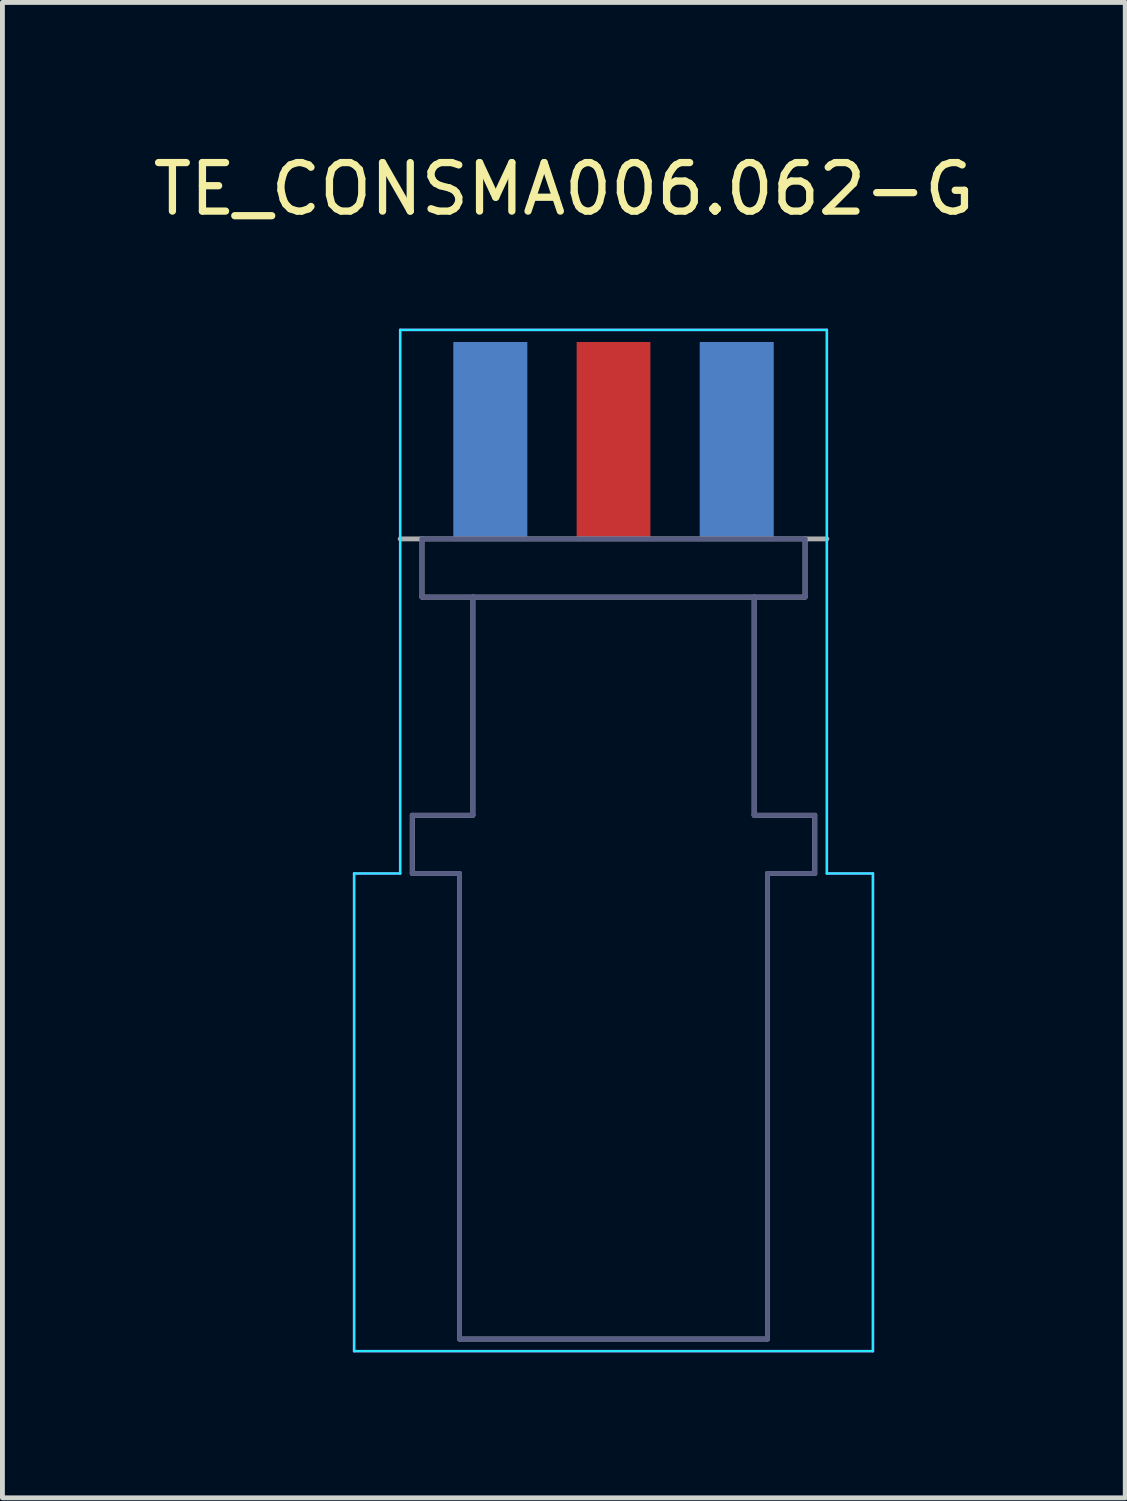
<source format=kicad_pcb>
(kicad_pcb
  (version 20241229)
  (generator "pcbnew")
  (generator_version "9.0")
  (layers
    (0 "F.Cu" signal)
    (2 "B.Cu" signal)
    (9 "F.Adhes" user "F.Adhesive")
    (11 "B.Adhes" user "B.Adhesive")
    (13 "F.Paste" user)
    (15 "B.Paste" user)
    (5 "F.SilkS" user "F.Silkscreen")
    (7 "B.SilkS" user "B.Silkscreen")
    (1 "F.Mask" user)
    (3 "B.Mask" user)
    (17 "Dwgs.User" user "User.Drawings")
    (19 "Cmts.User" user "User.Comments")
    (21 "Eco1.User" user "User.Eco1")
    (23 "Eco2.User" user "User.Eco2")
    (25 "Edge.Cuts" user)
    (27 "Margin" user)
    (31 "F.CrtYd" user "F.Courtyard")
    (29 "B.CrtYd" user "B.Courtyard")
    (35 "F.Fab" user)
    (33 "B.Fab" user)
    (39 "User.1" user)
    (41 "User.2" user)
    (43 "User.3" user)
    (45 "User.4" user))
  (footprint "TE_CONSMA006.062-G"
    (layer "F.Cu")
    (at 9.602 8.063)
    (property "Reference" "TE_CONSMA006.062-G" (at -1.025 -7.215 0) (layer "F.SilkS") (effects (font (size 1 1) (thickness 0.15))))
    (attr smd)
    (fp_line (start -5.35 6.9) (end -5.35 16.75) (stroke (width 0.05) (type solid)) (layer "B.CrtYd"))
    (fp_line (start -5.35 16.75) (end 5.35 16.75) (stroke (width 0.05) (type solid)) (layer "B.CrtYd"))
    (fp_line (start -4.4 -4.31) (end -4.4 6.9) (stroke (width 0.05) (type solid)) (layer "B.CrtYd"))
    (fp_line (start -4.4 6.9) (end -5.35 6.9) (stroke (width 0.05) (type solid)) (layer "B.CrtYd"))
    (fp_line (start 4.4 -4.31) (end -4.4 -4.31) (stroke (width 0.05) (type solid)) (layer "B.CrtYd"))
    (fp_line (start 4.4 6.9) (end 4.4 -4.31) (stroke (width 0.05) (type solid)) (layer "B.CrtYd"))
    (fp_line (start 4.4 6.9) (end 5.35 6.9) (stroke (width 0.05) (type solid)) (layer "B.CrtYd"))
    (fp_line (start 5.35 16.75) (end 5.35 6.9) (stroke (width 0.05) (type solid)) (layer "B.CrtYd"))
    (fp_line (start -5.35 6.9) (end -5.35 16.75) (stroke (width 0.05) (type solid)) (layer "F.CrtYd"))
    (fp_line (start -5.35 16.75) (end 5.35 16.75) (stroke (width 0.05) (type solid)) (layer "F.CrtYd"))
    (fp_line (start -4.4 -4.31) (end -4.4 6.9) (stroke (width 0.05) (type solid)) (layer "F.CrtYd"))
    (fp_line (start -4.4 6.9) (end -5.35 6.9) (stroke (width 0.05) (type solid)) (layer "F.CrtYd"))
    (fp_line (start 4.4 -4.31) (end -4.4 -4.31) (stroke (width 0.05) (type solid)) (layer "F.CrtYd"))
    (fp_line (start 4.4 6.9) (end 4.4 -4.31) (stroke (width 0.05) (type solid)) (layer "F.CrtYd"))
    (fp_line (start 4.4 6.9) (end 5.35 6.9) (stroke (width 0.05) (type solid)) (layer "F.CrtYd"))
    (fp_line (start 5.35 16.75) (end 5.35 6.9) (stroke (width 0.05) (type solid)) (layer "F.CrtYd"))
    (fp_line (start -4.15 5.7) (end -2.9 5.7) (stroke (width 0.1) (type solid)) (layer "B.Fab"))
    (fp_line (start -4.15 6.9) (end -4.15 5.7) (stroke (width 0.1) (type solid)) (layer "B.Fab"))
    (fp_line (start -3.95 0) (end 3.95 0) (stroke (width 0.1) (type solid)) (layer "B.Fab"))
    (fp_line (start -3.95 1.2) (end -3.95 0) (stroke (width 0.1) (type solid)) (layer "B.Fab"))
    (fp_line (start -3.175 6.9) (end -4.15 6.9) (stroke (width 0.1) (type solid)) (layer "B.Fab"))
    (fp_line (start -3.175 16.5) (end -3.175 6.9) (stroke (width 0.1) (type solid)) (layer "B.Fab"))
    (fp_line (start -3.175 16.5) (end 3.175 16.5) (stroke (width 0.1) (type solid)) (layer "B.Fab"))
    (fp_line (start -2.9 1.2) (end -3.95 1.2) (stroke (width 0.1) (type solid)) (layer "B.Fab"))
    (fp_line (start -2.9 1.2) (end 2.9 1.2) (stroke (width 0.1) (type solid)) (layer "B.Fab"))
    (fp_line (start -2.9 5.7) (end -2.9 1.2) (stroke (width 0.1) (type solid)) (layer "B.Fab"))
    (fp_line (start 2.9 1.2) (end 2.9 5.7) (stroke (width 0.1) (type solid)) (layer "B.Fab"))
    (fp_line (start 2.9 5.7) (end 4.15 5.7) (stroke (width 0.1) (type solid)) (layer "B.Fab"))
    (fp_line (start 3.175 6.9) (end 3.175 16.5) (stroke (width 0.1) (type solid)) (layer "B.Fab"))
    (fp_line (start 3.95 0) (end 3.95 1.2) (stroke (width 0.1) (type solid)) (layer "B.Fab"))
    (fp_line (start 3.95 1.2) (end 2.9 1.2) (stroke (width 0.1) (type solid)) (layer "B.Fab"))
    (fp_line (start 4.15 5.7) (end 4.15 6.9) (stroke (width 0.1) (type solid)) (layer "B.Fab"))
    (fp_line (start 4.15 6.9) (end 3.175 6.9) (stroke (width 0.1) (type solid)) (layer "B.Fab"))
    (fp_line (start -4.15 5.7) (end -2.9 5.7) (stroke (width 0.1) (type solid)) (layer "F.Fab"))
    (fp_line (start -4.15 6.9) (end -4.15 5.7) (stroke (width 0.1) (type solid)) (layer "F.Fab"))
    (fp_line (start -3.95 0) (end -4.4 0) (stroke (width 0.1) (type solid)) (layer "F.Fab"))
    (fp_line (start -3.95 0) (end 3.95 0) (stroke (width 0.1) (type solid)) (layer "F.Fab"))
    (fp_line (start -3.95 1.2) (end -3.95 0) (stroke (width 0.1) (type solid)) (layer "F.Fab"))
    (fp_line (start -3.175 6.9) (end -4.15 6.9) (stroke (width 0.1) (type solid)) (layer "F.Fab"))
    (fp_line (start -3.175 16.5) (end -3.175 6.9) (stroke (width 0.1) (type solid)) (layer "F.Fab"))
    (fp_line (start -3.175 16.5) (end 3.175 16.5) (stroke (width 0.1) (type solid)) (layer "F.Fab"))
    (fp_line (start -2.9 1.2) (end -3.95 1.2) (stroke (width 0.1) (type solid)) (layer "F.Fab"))
    (fp_line (start -2.9 1.2) (end 2.9 1.2) (stroke (width 0.1) (type solid)) (layer "F.Fab"))
    (fp_line (start -2.9 5.7) (end -2.9 1.2) (stroke (width 0.1) (type solid)) (layer "F.Fab"))
    (fp_line (start 2.9 1.2) (end 2.9 5.7) (stroke (width 0.1) (type solid)) (layer "F.Fab"))
    (fp_line (start 2.9 5.7) (end 4.15 5.7) (stroke (width 0.1) (type solid)) (layer "F.Fab"))
    (fp_line (start 3.175 6.9) (end 3.175 16.5) (stroke (width 0.1) (type solid)) (layer "F.Fab"))
    (fp_line (start 3.95 0) (end 3.95 1.2) (stroke (width 0.1) (type solid)) (layer "F.Fab"))
    (fp_line (start 3.95 0) (end 4.4 0) (stroke (width 0.1) (type solid)) (layer "F.Fab"))
    (fp_line (start 3.95 1.2) (end 2.9 1.2) (stroke (width 0.1) (type solid)) (layer "F.Fab"))
    (fp_line (start 4.15 5.7) (end 4.15 6.9) (stroke (width 0.1) (type solid)) (layer "F.Fab"))
    (fp_line (start 4.15 6.9) (end 3.175 6.9) (stroke (width 0.1) (type solid)) (layer "F.Fab"))
    (pad "1" smd rect (at 0 -2.03) (size 1.52 4.06) (layers "F.Cu" "F.Mask" "F.Paste"))
    (pad "2" smd rect (at -2.54 -2.03) (size 1.52 4.06) (layers "F.Cu" "F.Mask" "F.Paste"))
    (pad "3" smd rect (at 2.54 -2.03) (size 1.52 4.06) (layers "F.Cu" "F.Mask" "F.Paste"))
    (pad "4" smd rect (at -2.54 -2.03) (size 1.52 4.06) (layers "B.Cu" "B.Mask" "B.Paste"))
    (pad "5" smd rect (at 2.54 -2.03) (size 1.52 4.06) (layers "B.Cu" "B.Mask" "B.Paste")))
  (gr_rect
    (start -3 -3)
    (end 20.155 27.838)
    (stroke (width 0.1) (type default))
    (fill no)
    (layer "Edge.Cuts")))
</source>
